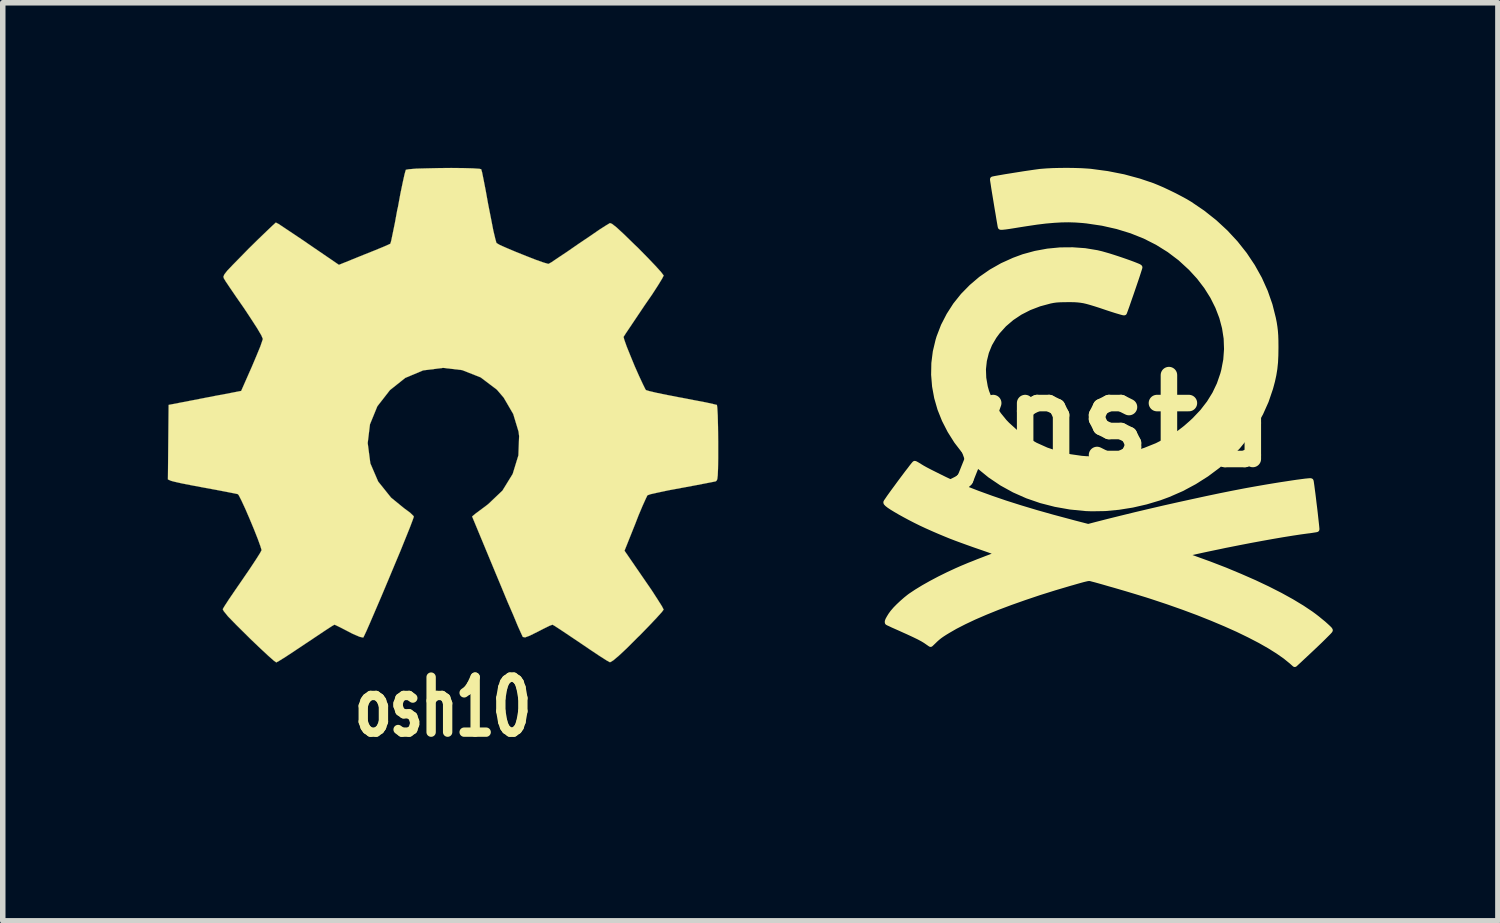
<source format=kicad_pcb>
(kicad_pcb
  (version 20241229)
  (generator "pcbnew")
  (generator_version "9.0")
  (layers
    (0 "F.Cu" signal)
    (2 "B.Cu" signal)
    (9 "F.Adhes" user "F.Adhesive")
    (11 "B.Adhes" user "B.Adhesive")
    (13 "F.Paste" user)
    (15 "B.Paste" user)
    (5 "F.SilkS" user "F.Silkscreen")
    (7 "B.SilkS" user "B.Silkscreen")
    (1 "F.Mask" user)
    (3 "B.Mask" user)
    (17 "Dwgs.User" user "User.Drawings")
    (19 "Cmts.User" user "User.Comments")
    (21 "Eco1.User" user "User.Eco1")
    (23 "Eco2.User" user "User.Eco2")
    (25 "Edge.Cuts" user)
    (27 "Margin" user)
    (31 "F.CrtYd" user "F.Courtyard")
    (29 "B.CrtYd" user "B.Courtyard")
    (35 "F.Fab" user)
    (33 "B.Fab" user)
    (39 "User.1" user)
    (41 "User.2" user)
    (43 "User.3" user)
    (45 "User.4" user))
  (footprint "ynsta"
    (layer "F.Cu")
    (at 17.064 4.6)
    (property "Reference" "ynsta" (at 0 0 0) (layer "F.SilkS") (effects (font (size 1.524 1.524) (thickness 0.3))))
    (attr through_hole)
    (fp_poly (pts (xy 3.065 -1.333) (xy 3.063 -1.192) (xy 3.057 -1.067) (xy 3.045 -0.951) (xy 3.027 -0.84) (xy 3.002 -0.726) (xy 2.969 -0.603) (xy 2.966 -0.593) (xy 2.888 -0.364) (xy 2.789 -0.143) (xy 2.67 0.069) (xy 2.532 0.271) (xy 2.376 0.463) (xy 2.202 0.643) (xy 2.013 0.811) (xy 1.808 0.964) (xy 1.589 1.103) (xy 1.358 1.227) (xy 1.113 1.334) (xy 0.953 1.393) (xy 0.709 1.466) (xy 0.461 1.523) (xy 0.211 1.563) (xy -0.035 1.586) (xy -0.274 1.59) (xy -0.387 1.586) (xy -0.668 1.558) (xy -0.939 1.51) (xy -1.2 1.443) (xy -1.449 1.357) (xy -1.686 1.252) (xy -1.911 1.128) (xy -2.123 0.985) (xy -2.321 0.824) (xy -2.436 0.715) (xy -2.594 0.544) (xy -2.733 0.363) (xy -2.852 0.174) (xy -2.952 -0.021) (xy -3.032 -0.221) (xy -3.091 -0.426) (xy -3.129 -0.633) (xy -3.146 -0.842) (xy -3.142 -1.051) (xy -3.116 -1.258) (xy -3.067 -1.463) (xy -3.049 -1.523) (xy -2.97 -1.728) (xy -2.87 -1.922) (xy -2.752 -2.106) (xy -2.615 -2.277) (xy -2.46 -2.435) (xy -2.29 -2.58) (xy -2.104 -2.709) (xy -1.903 -2.823) (xy -1.689 -2.92) (xy -1.518 -2.983) (xy -1.302 -3.042) (xy -1.079 -3.083) (xy -0.852 -3.105) (xy -0.625 -3.107) (xy -0.401 -3.091) (xy -0.184 -3.055) (xy -0.104 -3.036) (xy -0.044 -3.019) (xy 0.026 -2.999) (xy 0.102 -2.975) (xy 0.182 -2.949) (xy 0.262 -2.922) (xy 0.34 -2.895) (xy 0.413 -2.869) (xy 0.477 -2.845) (xy 0.53 -2.824) (xy 0.569 -2.808) (xy 0.59 -2.796) (xy 0.593 -2.792) (xy 0.589 -2.777) (xy 0.578 -2.743) (xy 0.562 -2.693) (xy 0.542 -2.631) (xy 0.518 -2.56) (xy 0.491 -2.481) (xy 0.463 -2.399) (xy 0.435 -2.317) (xy 0.407 -2.237) (xy 0.381 -2.162) (xy 0.358 -2.095) (xy 0.338 -2.04) (xy 0.323 -1.999) (xy 0.314 -1.975) (xy 0.312 -1.97) (xy 0.299 -1.971) (xy 0.267 -1.979) (xy 0.219 -1.993) (xy 0.158 -2.011) (xy 0.086 -2.034) (xy 0.007 -2.06) (xy -0.008 -2.065) (xy -0.12 -2.103) (xy -0.214 -2.133) (xy -0.293 -2.157) (xy -0.361 -2.176) (xy -0.421 -2.19) (xy -0.477 -2.199) (xy -0.532 -2.205) (xy -0.591 -2.209) (xy -0.655 -2.21) (xy -0.716 -2.21) (xy -0.801 -2.209) (xy -0.869 -2.207) (xy -0.925 -2.203) (xy -0.976 -2.196) (xy -1.028 -2.186) (xy -1.033 -2.185) (xy -1.23 -2.132) (xy -1.413 -2.062) (xy -1.581 -1.976) (xy -1.734 -1.874) (xy -1.871 -1.757) (xy -1.991 -1.624) (xy -2.053 -1.54) (xy -2.135 -1.4) (xy -2.195 -1.252) (xy -2.233 -1.099) (xy -2.25 -0.941) (xy -2.244 -0.781) (xy -2.216 -0.62) (xy -2.191 -0.531) (xy -2.136 -0.391) (xy -2.062 -0.251) (xy -1.97 -0.114) (xy -1.865 0.015) (xy -1.814 0.068) (xy -1.658 0.209) (xy -1.487 0.333) (xy -1.301 0.44) (xy -1.103 0.529) (xy -0.892 0.6) (xy -0.672 0.652) (xy -0.463 0.682) (xy -0.373 0.689) (xy -0.269 0.691) (xy -0.156 0.69) (xy -0.042 0.686) (xy 0.066 0.678) (xy 0.162 0.668) (xy 0.214 0.66) (xy 0.459 0.606) (xy 0.689 0.536) (xy 0.906 0.449) (xy 1.085 0.358) (xy 1.213 0.283) (xy 1.325 0.209) (xy 1.43 0.128) (xy 1.535 0.036) (xy 1.592 -0.017) (xy 1.736 -0.169) (xy 1.858 -0.327) (xy 1.96 -0.492) (xy 2.043 -0.666) (xy 2.107 -0.852) (xy 2.125 -0.919) (xy 2.162 -1.112) (xy 2.176 -1.306) (xy 2.169 -1.501) (xy 2.139 -1.695) (xy 2.088 -1.887) (xy 2.015 -2.077) (xy 1.922 -2.263) (xy 1.808 -2.444) (xy 1.675 -2.618) (xy 1.521 -2.786) (xy 1.518 -2.788) (xy 1.332 -2.959) (xy 1.131 -3.111) (xy 0.916 -3.245) (xy 0.687 -3.361) (xy 0.444 -3.458) (xy 0.187 -3.537) (xy -0.083 -3.598) (xy -0.367 -3.64) (xy -0.444 -3.648) (xy -0.568 -3.657) (xy -0.695 -3.661) (xy -0.826 -3.659) (xy -0.964 -3.651) (xy -1.114 -3.638) (xy -1.278 -3.618) (xy -1.459 -3.591) (xy -1.568 -3.574) (xy -1.685 -3.555) (xy -1.779 -3.54) (xy -1.851 -3.53) (xy -1.901 -3.525) (xy -1.928 -3.524) (xy -1.934 -3.526) (xy -1.938 -3.542) (xy -1.944 -3.578) (xy -1.953 -3.629) (xy -1.964 -3.694) (xy -1.976 -3.768) (xy -1.99 -3.849) (xy -2.004 -3.934) (xy -2.018 -4.02) (xy -2.032 -4.104) (xy -2.045 -4.183) (xy -2.056 -4.253) (xy -2.065 -4.313) (xy -2.072 -4.357) (xy -2.076 -4.385) (xy -2.076 -4.393) (xy -2.063 -4.396) (xy -2.029 -4.403) (xy -1.979 -4.412) (xy -1.915 -4.423) (xy -1.841 -4.436) (xy -1.759 -4.449) (xy -1.672 -4.463) (xy -1.583 -4.477) (xy -1.496 -4.491) (xy -1.413 -4.503) (xy -1.338 -4.514) (xy -1.274 -4.523) (xy -1.222 -4.53) (xy -1.201 -4.532) (xy -1.1 -4.54) (xy -0.981 -4.546) (xy -0.853 -4.549) (xy -0.719 -4.55) (xy -0.587 -4.548) (xy -0.462 -4.544) (xy -0.351 -4.537) (xy -0.3 -4.533) (xy 0.006 -4.492) (xy 0.3 -4.434) (xy 0.584 -4.357) (xy 0.821 -4.277) (xy 0.907 -4.242) (xy 1.007 -4.199) (xy 1.115 -4.148) (xy 1.224 -4.095) (xy 1.329 -4.04) (xy 1.425 -3.988) (xy 1.505 -3.94) (xy 1.505 -3.94) (xy 1.736 -3.783) (xy 1.952 -3.612) (xy 2.151 -3.428) (xy 2.333 -3.232) (xy 2.497 -3.025) (xy 2.642 -2.808) (xy 2.768 -2.582) (xy 2.873 -2.348) (xy 2.957 -2.108) (xy 3.017 -1.87) (xy 3.034 -1.786) (xy 3.046 -1.709) (xy 3.055 -1.633) (xy 3.061 -1.552) (xy 3.064 -1.462) (xy 3.065 -1.355) (xy 3.065 -1.333)) (stroke (width 0.1) (type solid)) (fill yes) (layer "F.SilkS"))
    (fp_poly (pts (xy 4.052 3.802) (xy 4.044 3.813) (xy 4.021 3.838) (xy 3.983 3.876) (xy 3.933 3.926) (xy 3.873 3.985) (xy 3.803 4.052) (xy 3.725 4.126) (xy 3.641 4.205) (xy 3.553 4.287) (xy 3.488 4.348) (xy 3.411 4.419) (xy 3.354 4.368) (xy 3.242 4.277) (xy 3.108 4.183) (xy 2.953 4.086) (xy 2.779 3.987) (xy 2.586 3.887) (xy 2.376 3.785) (xy 2.15 3.684) (xy 1.908 3.582) (xy 1.652 3.48) (xy 1.383 3.38) (xy 1.102 3.281) (xy 0.81 3.184) (xy 0.713 3.153) (xy 0.641 3.131) (xy 0.556 3.105) (xy 0.46 3.076) (xy 0.357 3.045) (xy 0.251 3.014) (xy 0.145 2.983) (xy 0.042 2.954) (xy -0.054 2.926) (xy -0.139 2.902) (xy -0.211 2.882) (xy -0.266 2.868) (xy -0.283 2.863) (xy -0.3 2.859) (xy -0.317 2.857) (xy -0.335 2.857) (xy -0.359 2.86) (xy -0.39 2.867) (xy -0.432 2.877) (xy -0.487 2.892) (xy -0.558 2.912) (xy -0.648 2.938) (xy -0.67 2.944) (xy -0.957 3.029) (xy -1.234 3.116) (xy -1.498 3.205) (xy -1.75 3.294) (xy -1.987 3.383) (xy -2.207 3.472) (xy -2.411 3.56) (xy -2.595 3.647) (xy -2.759 3.731) (xy -2.887 3.805) (xy -2.953 3.845) (xy -3.005 3.879) (xy -3.047 3.909) (xy -3.084 3.939) (xy -3.122 3.973) (xy -3.141 3.992) (xy -3.206 4.054) (xy -3.297 3.991) (xy -3.348 3.96) (xy -3.419 3.922) (xy -3.51 3.878) (xy -3.62 3.827) (xy -3.683 3.799) (xy -3.76 3.764) (xy -3.83 3.733) (xy -3.891 3.706) (xy -3.939 3.683) (xy -3.972 3.668) (xy -3.987 3.66) (xy -3.987 3.66) (xy -3.989 3.644) (xy -3.978 3.614) (xy -3.956 3.574) (xy -3.927 3.527) (xy -3.892 3.479) (xy -3.886 3.472) (xy -3.843 3.422) (xy -3.787 3.365) (xy -3.723 3.305) (xy -3.657 3.247) (xy -3.595 3.197) (xy -3.568 3.177) (xy -3.46 3.105) (xy -3.334 3.028) (xy -3.194 2.949) (xy -3.045 2.87) (xy -2.889 2.793) (xy -2.732 2.72) (xy -2.632 2.676) (xy -2.572 2.651) (xy -2.503 2.622) (xy -2.426 2.592) (xy -2.347 2.56) (xy -2.266 2.529) (xy -2.189 2.499) (xy -2.117 2.472) (xy -2.054 2.448) (xy -2.003 2.43) (xy -1.967 2.417) (xy -1.949 2.412) (xy -1.949 2.412) (xy -1.956 2.409) (xy -1.982 2.398) (xy -2.024 2.382) (xy -2.082 2.362) (xy -2.151 2.337) (xy -2.229 2.31) (xy -2.263 2.298) (xy -2.408 2.248) (xy -2.534 2.203) (xy -2.647 2.162) (xy -2.75 2.124) (xy -2.846 2.087) (xy -2.941 2.048) (xy -3.037 2.008) (xy -3.139 1.964) (xy -3.175 1.948) (xy -3.276 1.903) (xy -3.379 1.855) (xy -3.48 1.805) (xy -3.579 1.754) (xy -3.672 1.704) (xy -3.759 1.656) (xy -3.836 1.611) (xy -3.902 1.571) (xy -3.955 1.536) (xy -3.992 1.507) (xy -4.012 1.486) (xy -4.014 1.477) (xy -4.006 1.463) (xy -3.986 1.434) (xy -3.957 1.391) (xy -3.919 1.338) (xy -3.875 1.277) (xy -3.826 1.211) (xy -3.775 1.141) (xy -3.723 1.071) (xy -3.672 1.003) (xy -3.624 0.939) (xy -3.58 0.883) (xy -3.544 0.835) (xy -3.516 0.8) (xy -3.498 0.779) (xy -3.493 0.774) (xy -3.478 0.78) (xy -3.45 0.796) (xy -3.413 0.818) (xy -3.4 0.827) (xy -3.357 0.853) (xy -3.296 0.887) (xy -3.221 0.926) (xy -3.135 0.969) (xy -3.043 1.015) (xy -2.948 1.062) (xy -2.852 1.107) (xy -2.761 1.149) (xy -2.677 1.186) (xy -2.604 1.217) (xy -2.586 1.224) (xy -2.349 1.316) (xy -2.104 1.405) (xy -1.847 1.493) (xy -1.576 1.579) (xy -1.29 1.665) (xy -0.985 1.751) (xy -0.66 1.838) (xy -0.601 1.854) (xy -0.342 1.921) (xy -0.197 1.883) (xy 0.026 1.826) (xy 0.264 1.767) (xy 0.513 1.706) (xy 0.771 1.645) (xy 1.033 1.584) (xy 1.296 1.525) (xy 1.556 1.468) (xy 1.809 1.413) (xy 2.052 1.362) (xy 2.281 1.316) (xy 2.493 1.275) (xy 2.546 1.265) (xy 2.663 1.244) (xy 2.783 1.223) (xy 2.904 1.202) (xy 3.025 1.182) (xy 3.142 1.163) (xy 3.254 1.146) (xy 3.358 1.13) (xy 3.453 1.116) (xy 3.536 1.105) (xy 3.604 1.096) (xy 3.656 1.091) (xy 3.69 1.088) (xy 3.703 1.09) (xy 3.706 1.102) (xy 3.711 1.135) (xy 3.718 1.184) (xy 3.726 1.247) (xy 3.736 1.32) (xy 3.746 1.401) (xy 3.756 1.487) (xy 3.767 1.574) (xy 3.777 1.659) (xy 3.786 1.74) (xy 3.794 1.813) (xy 3.801 1.876) (xy 3.806 1.924) (xy 3.809 1.956) (xy 3.809 1.968) (xy 3.796 1.971) (xy 3.765 1.976) (xy 3.72 1.983) (xy 3.666 1.991) (xy 3.66 1.991) (xy 3.52 2.01) (xy 3.362 2.034) (xy 3.188 2.062) (xy 3.002 2.094) (xy 2.807 2.129) (xy 2.607 2.166) (xy 2.405 2.205) (xy 2.204 2.245) (xy 2.147 2.256) (xy 2.04 2.279) (xy 1.933 2.301) (xy 1.828 2.323) (xy 1.73 2.344) (xy 1.639 2.364) (xy 1.559 2.382) (xy 1.492 2.397) (xy 1.441 2.409) (xy 1.408 2.417) (xy 1.397 2.42) (xy 1.401 2.426) (xy 1.425 2.438) (xy 1.463 2.454) (xy 1.515 2.474) (xy 1.559 2.49) (xy 1.857 2.598) (xy 2.145 2.709) (xy 2.418 2.823) (xy 2.678 2.937) (xy 2.921 3.052) (xy 3.147 3.167) (xy 3.355 3.282) (xy 3.542 3.395) (xy 3.708 3.506) (xy 3.709 3.507) (xy 3.762 3.546) (xy 3.819 3.59) (xy 3.875 3.636) (xy 3.929 3.68) (xy 3.976 3.722) (xy 4.014 3.757) (xy 4.041 3.784) (xy 4.052 3.8) (xy 4.052 3.802)) (stroke (width 0.1) (type solid)) (fill yes) (layer "F.SilkS")))
  (footprint "osh10"
    (layer "F.Cu")
    (at 5 4.495)
    (property "Reference" "osh10" (at 0 5.304 0) (layer "F.SilkS") (effects (font (size 1 0.7) (thickness 0.17))))
    (attr through_hole)
    (fp_poly (pts (xy -3.03 4.491) (xy -2.979 4.463) (xy -2.86 4.389) (xy -2.695 4.28) (xy -2.497 4.148) (xy -2.299 4.016) (xy -2.136 3.907) (xy -2.022 3.833) (xy -1.974 3.805) (xy -1.948 3.815) (xy -1.854 3.861) (xy -1.717 3.932) (xy -1.638 3.973) (xy -1.514 4.026) (xy -1.45 4.039) (xy -1.44 4.021) (xy -1.394 3.924) (xy -1.323 3.762) (xy -1.229 3.543) (xy -1.12 3.289) (xy -1.006 3.018) (xy -0.889 2.738) (xy -0.777 2.471) (xy -0.681 2.233) (xy -0.602 2.037) (xy -0.551 1.902) (xy -0.531 1.844) (xy -0.536 1.831) (xy -0.599 1.77) (xy -0.709 1.689) (xy -0.945 1.496) (xy -1.179 1.204) (xy -1.321 0.874) (xy -1.369 0.505) (xy -1.328 0.165) (xy -1.194 -0.163) (xy -0.965 -0.457) (xy -0.688 -0.678) (xy -0.363 -0.815) (xy 0 -0.861) (xy 0.348 -0.82) (xy 0.683 -0.688) (xy 0.978 -0.465) (xy 1.102 -0.32) (xy 1.275 -0.023) (xy 1.372 0.297) (xy 1.382 0.378) (xy 1.369 0.729) (xy 1.265 1.067) (xy 1.079 1.369) (xy 0.82 1.615) (xy 0.79 1.638) (xy 0.671 1.727) (xy 0.589 1.788) (xy 0.528 1.839) (xy 0.975 2.916) (xy 1.046 3.086) (xy 1.168 3.381) (xy 1.278 3.635) (xy 1.361 3.835) (xy 1.422 3.97) (xy 1.448 4.026) (xy 1.45 4.028) (xy 1.491 4.036) (xy 1.572 4.006) (xy 1.722 3.932) (xy 1.821 3.881) (xy 1.935 3.825) (xy 1.989 3.805) (xy 2.032 3.83) (xy 2.141 3.901) (xy 2.301 4.008) (xy 2.494 4.138) (xy 2.677 4.262) (xy 2.845 4.374) (xy 2.969 4.453) (xy 3.028 4.486) (xy 3.038 4.486) (xy 3.091 4.455) (xy 3.188 4.374) (xy 3.335 4.237) (xy 3.541 4.031) (xy 3.574 4) (xy 3.744 3.825) (xy 3.881 3.68) (xy 3.975 3.576) (xy 4.008 3.531) (xy 3.978 3.472) (xy 3.901 3.35) (xy 3.79 3.178) (xy 3.653 2.979) (xy 3.297 2.461) (xy 3.493 1.971) (xy 3.551 1.821) (xy 3.627 1.641) (xy 3.686 1.511) (xy 3.713 1.455) (xy 3.767 1.435) (xy 3.901 1.405) (xy 4.094 1.364) (xy 4.326 1.321) (xy 4.547 1.28) (xy 4.745 1.242) (xy 4.889 1.214) (xy 4.953 1.201) (xy 4.968 1.191) (xy 4.983 1.161) (xy 4.991 1.092) (xy 4.996 0.973) (xy 4.999 0.782) (xy 4.999 0.505) (xy 4.999 0.475) (xy 4.996 0.213) (xy 4.991 0.003) (xy 4.983 -0.135) (xy 4.976 -0.188) (xy 4.973 -0.188) (xy 4.912 -0.203) (xy 4.773 -0.234) (xy 4.572 -0.272) (xy 4.336 -0.318) (xy 4.321 -0.32) (xy 4.084 -0.366) (xy 3.886 -0.406) (xy 3.747 -0.439) (xy 3.688 -0.457) (xy 3.675 -0.475) (xy 3.63 -0.566) (xy 3.561 -0.714) (xy 3.482 -0.892) (xy 3.406 -1.077) (xy 3.338 -1.245) (xy 3.294 -1.369) (xy 3.279 -1.425) (xy 3.282 -1.427) (xy 3.317 -1.483) (xy 3.399 -1.605) (xy 3.513 -1.775) (xy 3.65 -1.979) (xy 3.66 -1.994) (xy 3.797 -2.192) (xy 3.907 -2.362) (xy 3.98 -2.482) (xy 4.008 -2.537) (xy 4.008 -2.54) (xy 3.962 -2.601) (xy 3.861 -2.713) (xy 3.716 -2.865) (xy 3.541 -3.043) (xy 3.485 -3.096) (xy 3.289 -3.287) (xy 3.155 -3.411) (xy 3.071 -3.477) (xy 3.03 -3.493) (xy 3.03 -3.49) (xy 2.969 -3.454) (xy 2.842 -3.373) (xy 2.672 -3.256) (xy 2.469 -3.119) (xy 2.454 -3.109) (xy 2.256 -2.972) (xy 2.088 -2.86) (xy 1.971 -2.781) (xy 1.918 -2.751) (xy 1.91 -2.751) (xy 1.829 -2.774) (xy 1.687 -2.824) (xy 1.511 -2.893) (xy 1.326 -2.967) (xy 1.158 -3.038) (xy 1.031 -3.094) (xy 0.973 -3.129) (xy 0.97 -3.132) (xy 0.95 -3.203) (xy 0.914 -3.353) (xy 0.874 -3.559) (xy 0.826 -3.802) (xy 0.818 -3.843) (xy 0.775 -4.082) (xy 0.737 -4.277) (xy 0.709 -4.415) (xy 0.693 -4.47) (xy 0.66 -4.478) (xy 0.544 -4.486) (xy 0.366 -4.491) (xy 0.15 -4.493) (xy -0.076 -4.491) (xy -0.297 -4.486) (xy -0.485 -4.481) (xy -0.62 -4.47) (xy -0.676 -4.46) (xy -0.678 -4.455) (xy -0.699 -4.381) (xy -0.732 -4.232) (xy -0.775 -4.026) (xy -0.82 -3.78) (xy -0.831 -3.736) (xy -0.874 -3.5) (xy -0.914 -3.305) (xy -0.942 -3.17) (xy -0.958 -3.117) (xy -0.98 -3.106) (xy -1.077 -3.063) (xy -1.237 -2.997) (xy -1.435 -2.918) (xy -1.892 -2.733) (xy -2.454 -3.117) (xy -2.504 -3.152) (xy -2.708 -3.289) (xy -2.873 -3.399) (xy -2.987 -3.475) (xy -3.035 -3.5) (xy -3.04 -3.5) (xy -3.096 -3.449) (xy -3.205 -3.345) (xy -3.358 -3.198) (xy -3.536 -3.023) (xy -3.665 -2.891) (xy -3.82 -2.733) (xy -3.919 -2.629) (xy -3.973 -2.56) (xy -3.99 -2.52) (xy -3.985 -2.492) (xy -3.95 -2.433) (xy -3.868 -2.311) (xy -3.752 -2.141) (xy -3.614 -1.943) (xy -3.503 -1.775) (xy -3.381 -1.587) (xy -3.302 -1.453) (xy -3.274 -1.387) (xy -3.282 -1.361) (xy -3.32 -1.25) (xy -3.388 -1.085) (xy -3.472 -0.886) (xy -3.668 -0.442) (xy -3.957 -0.386) (xy -4.135 -0.353) (xy -4.381 -0.305) (xy -4.618 -0.259) (xy -4.986 -0.188) (xy -4.999 1.166) (xy -4.943 1.191) (xy -4.887 1.206) (xy -4.75 1.237) (xy -4.557 1.275) (xy -4.326 1.318) (xy -4.13 1.354) (xy -3.932 1.392) (xy -3.79 1.42) (xy -3.729 1.433) (xy -3.711 1.455) (xy -3.663 1.549) (xy -3.592 1.702) (xy -3.513 1.885) (xy -3.434 2.075) (xy -3.365 2.25) (xy -3.317 2.383) (xy -3.297 2.451) (xy -3.325 2.504) (xy -3.399 2.621) (xy -3.508 2.786) (xy -3.642 2.982) (xy -3.777 3.178) (xy -3.891 3.345) (xy -3.97 3.467) (xy -4.003 3.523) (xy -3.985 3.559) (xy -3.907 3.655) (xy -3.759 3.807) (xy -3.538 4.026) (xy -3.503 4.061) (xy -3.327 4.229) (xy -3.18 4.366) (xy -3.076 4.458) (xy -3.03 4.491)) (stroke (width 0.003) (type solid)) (fill yes) (layer "F.SilkS")))
  (gr_rect
    (start -3 -3)
    (end 24.166 13.681)
    (stroke (width 0.1) (type default))
    (fill no)
    (layer "Edge.Cuts")))
</source>
